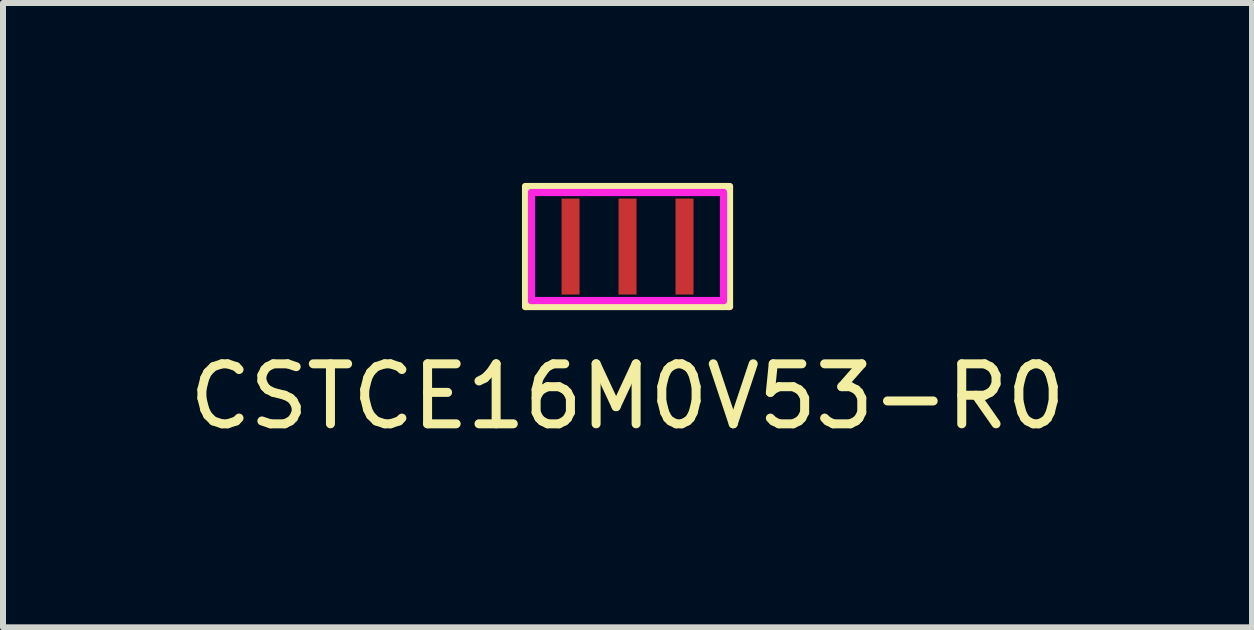
<source format=kicad_pcb>
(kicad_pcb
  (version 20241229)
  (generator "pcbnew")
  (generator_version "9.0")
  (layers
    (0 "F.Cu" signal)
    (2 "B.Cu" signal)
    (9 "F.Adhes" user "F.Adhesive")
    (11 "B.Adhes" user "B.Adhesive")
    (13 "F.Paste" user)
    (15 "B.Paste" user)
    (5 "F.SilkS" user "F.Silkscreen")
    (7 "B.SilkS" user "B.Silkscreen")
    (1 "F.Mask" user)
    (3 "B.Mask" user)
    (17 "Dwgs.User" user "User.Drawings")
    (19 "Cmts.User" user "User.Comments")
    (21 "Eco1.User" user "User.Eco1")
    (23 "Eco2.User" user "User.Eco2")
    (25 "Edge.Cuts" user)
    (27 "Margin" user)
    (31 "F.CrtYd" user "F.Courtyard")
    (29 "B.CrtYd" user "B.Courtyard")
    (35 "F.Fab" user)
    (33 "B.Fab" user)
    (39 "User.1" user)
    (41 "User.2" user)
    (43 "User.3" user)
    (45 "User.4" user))
  (footprint "CSTCE16M0V53-R0"
    (layer "F.Cu")
    (at 7.411 1.06)
    (property "Reference" "CSTCE16M0V53-R0" (at 0 2.5 0) (layer "F.SilkS") (effects (font (size 1 1) (thickness 0.15))))
    (attr through_hole)
    (fp_line (start -1.7 -1) (end 1.7 -1) (stroke (width 0.12) (type solid)) (layer "F.SilkS"))
    (fp_line (start -1.7 1) (end -1.7 -1) (stroke (width 0.12) (type solid)) (layer "F.SilkS"))
    (fp_line (start 1.7 -1) (end 1.7 1) (stroke (width 0.12) (type solid)) (layer "F.SilkS"))
    (fp_line (start 1.7 1) (end -1.7 1) (stroke (width 0.12) (type solid)) (layer "F.SilkS"))
    (fp_line (start -1.6 -0.9) (end 1.6 -0.9) (stroke (width 0.12) (type solid)) (layer "F.CrtYd"))
    (fp_line (start -1.6 0.9) (end -1.6 -0.9) (stroke (width 0.12) (type solid)) (layer "F.CrtYd"))
    (fp_line (start 1.6 -0.9) (end 1.6 0.9) (stroke (width 0.12) (type solid)) (layer "F.CrtYd"))
    (fp_line (start 1.6 0.9) (end -1.6 0.9) (stroke (width 0.12) (type solid)) (layer "F.CrtYd"))
    (pad "1" smd rect (at -0.95 0) (size 0.3 1.6) (layers "F.Cu" "F.Mask" "F.Paste"))
    (pad "2" smd rect (at 0.95 0) (size 0.3 1.6) (layers "F.Cu" "F.Mask" "F.Paste"))
    (pad "3" smd rect (at 0 0) (size 0.3 1.6) (layers "F.Cu" "F.Mask" "F.Paste")))
  (gr_rect
    (start -3 -3)
    (end 17.821 7.408)
    (stroke (width 0.1) (type default))
    (fill no)
    (layer "Edge.Cuts")))
</source>
